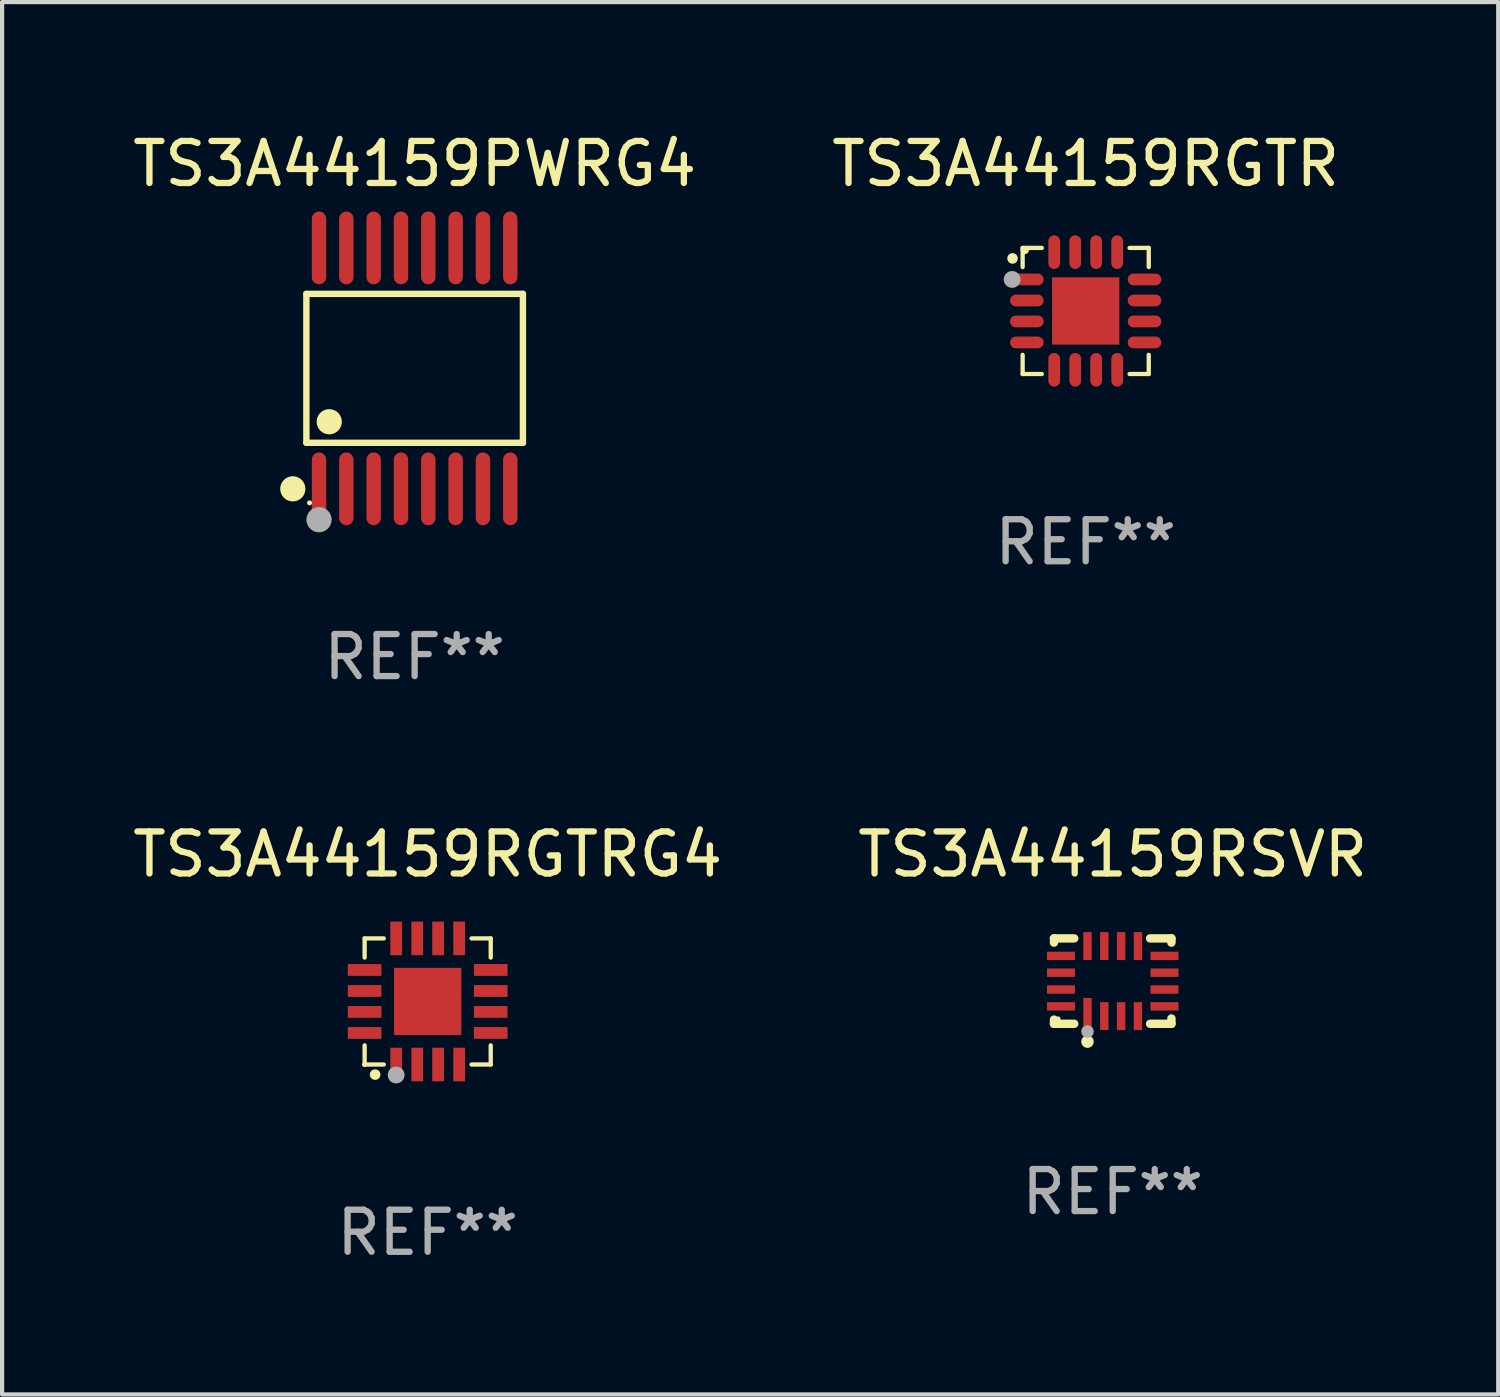
<source format=kicad_pcb>
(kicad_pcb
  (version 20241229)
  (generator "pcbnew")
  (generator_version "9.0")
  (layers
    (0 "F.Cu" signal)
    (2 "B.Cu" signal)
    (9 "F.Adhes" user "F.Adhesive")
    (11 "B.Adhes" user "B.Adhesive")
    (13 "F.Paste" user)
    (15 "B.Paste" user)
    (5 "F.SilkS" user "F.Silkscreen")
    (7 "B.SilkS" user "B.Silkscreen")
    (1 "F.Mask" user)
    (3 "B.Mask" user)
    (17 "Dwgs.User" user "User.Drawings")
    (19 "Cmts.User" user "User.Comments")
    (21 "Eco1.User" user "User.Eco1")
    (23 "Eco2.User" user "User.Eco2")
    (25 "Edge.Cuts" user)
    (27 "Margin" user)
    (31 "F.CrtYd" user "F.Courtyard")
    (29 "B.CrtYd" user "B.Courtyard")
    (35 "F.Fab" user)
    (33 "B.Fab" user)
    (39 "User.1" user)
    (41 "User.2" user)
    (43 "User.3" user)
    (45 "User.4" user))
  (footprint "TS3A44159PWRG4"
    (layer "F.Cu")
    (at 6.815 5.714)
    (property "Reference" "TS3A44159PWRG4" (at 0 -4.866 0) (layer "F.SilkS") (effects (font (size 1 1) (thickness 0.15))))
    (attr through_hole)
    (fp_line (start -2.576 -1.772) (end 2.576 -1.772) (stroke (width 0.152) (type solid)) (layer "F.SilkS"))
    (fp_line (start -2.576 1.771) (end -2.576 -1.772) (stroke (width 0.152) (type solid)) (layer "F.SilkS"))
    (fp_line (start 2.576 -1.772) (end 2.576 1.771) (stroke (width 0.152) (type solid)) (layer "F.SilkS"))
    (fp_line (start 2.576 1.771) (end -2.576 1.771) (stroke (width 0.152) (type solid)) (layer "F.SilkS"))
    (fp_circle (center -2.899 2.866) (end -2.749 2.866) (stroke (width 0.3) (type solid)) (fill no) (layer "F.SilkS"))
    (fp_circle (center -2.5 3.2) (end -2.47 3.2) (stroke (width 0.06) (type solid)) (fill no) (layer "F.SilkS"))
    (fp_circle (center -2.032 1.27) (end -1.882 1.27) (stroke (width 0.3) (type solid)) (fill no) (layer "F.SilkS"))
    (fp_circle (center -2.275 3.6) (end -2.125 3.6) (stroke (width 0.3) (type solid)) (fill no) (layer "F.Fab"))
    (fp_text user "REF**" (at 0 6.866 0) (layer "F.Fab") (effects (font (size 1 1) (thickness 0.15))))
    (pad "1" smd oval (at -2.275 2.866) (size 0.343 1.731) (layers "F.Cu" "F.Mask" "F.Paste"))
    (pad "2" smd oval (at -1.625 2.866) (size 0.343 1.731) (layers "F.Cu" "F.Mask" "F.Paste"))
    (pad "3" smd oval (at -0.975 2.866) (size 0.343 1.731) (layers "F.Cu" "F.Mask" "F.Paste"))
    (pad "4" smd oval (at -0.325 2.866) (size 0.343 1.731) (layers "F.Cu" "F.Mask" "F.Paste"))
    (pad "5" smd oval (at 0.325 2.866) (size 0.343 1.731) (layers "F.Cu" "F.Mask" "F.Paste"))
    (pad "6" smd oval (at 0.975 2.866) (size 0.343 1.731) (layers "F.Cu" "F.Mask" "F.Paste"))
    (pad "7" smd oval (at 1.625 2.866) (size 0.343 1.731) (layers "F.Cu" "F.Mask" "F.Paste"))
    (pad "8" smd oval (at 2.275 2.866) (size 0.343 1.731) (layers "F.Cu" "F.Mask" "F.Paste"))
    (pad "9" smd oval (at 2.275 -2.866) (size 0.343 1.731) (layers "F.Cu" "F.Mask" "F.Paste"))
    (pad "10" smd oval (at 1.625 -2.866) (size 0.343 1.731) (layers "F.Cu" "F.Mask" "F.Paste"))
    (pad "11" smd oval (at 0.975 -2.866) (size 0.343 1.731) (layers "F.Cu" "F.Mask" "F.Paste"))
    (pad "12" smd oval (at 0.325 -2.866) (size 0.343 1.731) (layers "F.Cu" "F.Mask" "F.Paste"))
    (pad "13" smd oval (at -0.325 -2.866) (size 0.343 1.731) (layers "F.Cu" "F.Mask" "F.Paste"))
    (pad "14" smd oval (at -0.975 -2.866) (size 0.343 1.731) (layers "F.Cu" "F.Mask" "F.Paste"))
    (pad "15" smd oval (at -1.625 -2.866) (size 0.343 1.731) (layers "F.Cu" "F.Mask" "F.Paste"))
    (pad "16" smd oval (at -2.275 -2.866) (size 0.343 1.731) (layers "F.Cu" "F.Mask" "F.Paste")))
  (footprint "TS3A44159RSVR"
    (layer "F.Cu")
    (at 23.423 20.292)
    (property "Reference" "TS3A44159RSVR" (at 0 -3.016 0) (layer "F.SilkS") (effects (font (size 1 1) (thickness 0.15))))
    (attr through_hole)
    (fp_line (start -1.397 -1.016) (end -1.397 -0.916) (stroke (width 0.2) (type solid)) (layer "F.SilkS"))
    (fp_line (start -1.397 0.916) (end -1.397 1.016) (stroke (width 0.2) (type solid)) (layer "F.SilkS"))
    (fp_line (start -1.397 1.016) (end -0.916 1.016) (stroke (width 0.2) (type solid)) (layer "F.SilkS"))
    (fp_line (start -0.916 -1.016) (end -1.397 -1.016) (stroke (width 0.2) (type solid)) (layer "F.SilkS"))
    (fp_line (start 0.889 -1.016) (end 1.397 -1.016) (stroke (width 0.2) (type solid)) (layer "F.SilkS"))
    (fp_line (start 1.397 -1.016) (end 1.397 -0.916) (stroke (width 0.2) (type solid)) (layer "F.SilkS"))
    (fp_line (start 1.397 0.889) (end 1.397 1.016) (stroke (width 0.2) (type solid)) (layer "F.SilkS"))
    (fp_line (start 1.397 1.016) (end 0.889 1.016) (stroke (width 0.2) (type solid)) (layer "F.SilkS"))
    (fp_circle (center -1.3 0.9) (end -1.27 0.9) (stroke (width 0.06) (type solid)) (fill no) (layer "F.SilkS"))
    (fp_circle (center -0.6 1.44) (end -0.525 1.44) (stroke (width 0.15) (type solid)) (fill no) (layer "F.SilkS"))
    (fp_circle (center -0.6 1.2) (end -0.525 1.2) (stroke (width 0.15) (type solid)) (fill no) (layer "F.Fab"))
    (fp_text user "REF**" (at 0 5.016 0) (layer "F.Fab") (effects (font (size 1 1) (thickness 0.15))))
    (pad "1" smd rect (at -0.6 0.782) (size 0.2 0.765) (layers "F.Cu" "F.Mask" "F.Paste"))
    (pad "2" smd rect (at -0.2 0.833) (size 0.2 0.665) (layers "F.Cu" "F.Mask" "F.Paste"))
    (pad "3" smd rect (at 0.2 0.833) (size 0.2 0.665) (layers "F.Cu" "F.Mask" "F.Paste"))
    (pad "4" smd rect (at 0.6 0.833) (size 0.2 0.665) (layers "F.Cu" "F.Mask" "F.Paste"))
    (pad "5" smd rect (at 1.232 0.6) (size 0.665 0.2) (layers "F.Cu" "F.Mask" "F.Paste"))
    (pad "6" smd rect (at 1.232 0.2) (size 0.665 0.2) (layers "F.Cu" "F.Mask" "F.Paste"))
    (pad "7" smd rect (at 1.232 -0.2) (size 0.665 0.2) (layers "F.Cu" "F.Mask" "F.Paste"))
    (pad "8" smd rect (at 1.232 -0.6) (size 0.665 0.2) (layers "F.Cu" "F.Mask" "F.Paste"))
    (pad "9" smd rect (at 0.6 -0.833) (size 0.2 0.665) (layers "F.Cu" "F.Mask" "F.Paste"))
    (pad "10" smd rect (at 0.2 -0.833) (size 0.2 0.665) (layers "F.Cu" "F.Mask" "F.Paste"))
    (pad "11" smd rect (at -0.2 -0.833) (size 0.2 0.665) (layers "F.Cu" "F.Mask" "F.Paste"))
    (pad "12" smd rect (at -0.6 -0.833) (size 0.2 0.665) (layers "F.Cu" "F.Mask" "F.Paste"))
    (pad "13" smd rect (at -1.232 -0.6) (size 0.665 0.2) (layers "F.Cu" "F.Mask" "F.Paste"))
    (pad "14" smd rect (at -1.232 -0.2) (size 0.665 0.2) (layers "F.Cu" "F.Mask" "F.Paste"))
    (pad "15" smd rect (at -1.232 0.2) (size 0.665 0.2) (layers "F.Cu" "F.Mask" "F.Paste"))
    (pad "16" smd rect (at -1.232 0.6) (size 0.665 0.2) (layers "F.Cu" "F.Mask" "F.Paste")))
  (footprint "TS3A44159RGTRG4"
    (layer "F.Cu")
    (at 7.125 20.776)
    (property "Reference" "TS3A44159RGTRG4" (at 0 -3.5 0) (layer "F.SilkS") (effects (font (size 1 1) (thickness 0.15))))
    (attr through_hole)
    (fp_line (start -1.5 -1.5) (end -1.5 -1.044) (stroke (width 0.102) (type solid)) (layer "F.SilkS"))
    (fp_line (start -1.5 -1.5) (end -1.044 -1.5) (stroke (width 0.102) (type solid)) (layer "F.SilkS"))
    (fp_line (start -1.5 1.044) (end -1.5 1.5) (stroke (width 0.102) (type solid)) (layer "F.SilkS"))
    (fp_line (start -1.5 1.5) (end -1.044 1.5) (stroke (width 0.102) (type solid)) (layer "F.SilkS"))
    (fp_line (start 1.044 -1.5) (end 1.5 -1.5) (stroke (width 0.102) (type solid)) (layer "F.SilkS"))
    (fp_line (start 1.044 1.5) (end 1.5 1.5) (stroke (width 0.102) (type solid)) (layer "F.SilkS"))
    (fp_line (start 1.5 -1.044) (end 1.5 -1.5) (stroke (width 0.102) (type solid)) (layer "F.SilkS"))
    (fp_line (start 1.5 1.5) (end 1.5 1.044) (stroke (width 0.102) (type solid)) (layer "F.SilkS"))
    (fp_arc (start -1.251384 1.74003) (mid -1.250114 1.739959) (end -1.248844 1.74003) (stroke (width 0.25) (type solid)) (layer "F.SilkS"))
    (fp_circle (center -1.5 1.5) (end -1.47 1.5) (stroke (width 0.06) (type solid)) (fill no) (layer "F.SilkS"))
    (fp_circle (center -0.75 1.75) (end -0.65 1.75) (stroke (width 0.2) (type solid)) (fill no) (layer "F.Fab"))
    (fp_text user "REF**" (at 0 5.5 0) (layer "F.Fab") (effects (font (size 1 1) (thickness 0.15))))
    (pad "1" smd rect (at -0.749 1.5) (size 0.28 0.8) (layers "F.Cu" "F.Mask" "F.Paste"))
    (pad "2" smd rect (at -0.249 1.5) (size 0.28 0.8) (layers "F.Cu" "F.Mask" "F.Paste"))
    (pad "3" smd rect (at 0.249 1.5) (size 0.28 0.8) (layers "F.Cu" "F.Mask" "F.Paste"))
    (pad "4" smd rect (at 0.749 1.5) (size 0.28 0.8) (layers "F.Cu" "F.Mask" "F.Paste"))
    (pad "5" smd rect (at 1.5 0.749) (size 0.8 0.28) (layers "F.Cu" "F.Mask" "F.Paste"))
    (pad "6" smd rect (at 1.5 0.249) (size 0.8 0.28) (layers "F.Cu" "F.Mask" "F.Paste"))
    (pad "7" smd rect (at 1.5 -0.249) (size 0.8 0.28) (layers "F.Cu" "F.Mask" "F.Paste"))
    (pad "8" smd rect (at 1.5 -0.749) (size 0.8 0.28) (layers "F.Cu" "F.Mask" "F.Paste"))
    (pad "9" smd rect (at 0.749 -1.5) (size 0.28 0.8) (layers "F.Cu" "F.Mask" "F.Paste"))
    (pad "10" smd rect (at 0.249 -1.5) (size 0.28 0.8) (layers "F.Cu" "F.Mask" "F.Paste"))
    (pad "11" smd rect (at -0.249 -1.5) (size 0.28 0.8) (layers "F.Cu" "F.Mask" "F.Paste"))
    (pad "12" smd rect (at -0.749 -1.5) (size 0.28 0.8) (layers "F.Cu" "F.Mask" "F.Paste"))
    (pad "13" smd rect (at -1.5 -0.749) (size 0.8 0.28) (layers "F.Cu" "F.Mask" "F.Paste"))
    (pad "14" smd rect (at -1.5 -0.249) (size 0.8 0.28) (layers "F.Cu" "F.Mask" "F.Paste"))
    (pad "15" smd rect (at -1.5 0.249) (size 0.8 0.28) (layers "F.Cu" "F.Mask" "F.Paste"))
    (pad "16" smd rect (at -1.5 0.749) (size 0.8 0.28) (layers "F.Cu" "F.Mask" "F.Paste"))
    (pad "17" smd rect (at 0 0.000152 90) (size 1.6 1.6) (layers "F.Cu" "F.Mask" "F.Paste")))
  (footprint "TS3A44159RGTR"
    (layer "F.Cu")
    (at 22.78 4.348)
    (property "Reference" "TS3A44159RGTR" (at 0 -3.5 0) (layer "F.SilkS") (effects (font (size 1 1) (thickness 0.15))))
    (attr through_hole)
    (fp_line (start -1.5 -1.5) (end -1.5 -1.044) (stroke (width 0.102) (type solid)) (layer "F.SilkS"))
    (fp_line (start -1.5 1.044) (end -1.5 1.5) (stroke (width 0.102) (type solid)) (layer "F.SilkS"))
    (fp_line (start -1.5 1.5) (end -1.044 1.5) (stroke (width 0.102) (type solid)) (layer "F.SilkS"))
    (fp_line (start -1.044 -1.5) (end -1.5 -1.5) (stroke (width 0.102) (type solid)) (layer "F.SilkS"))
    (fp_line (start 1.044 1.5) (end 1.5 1.5) (stroke (width 0.102) (type solid)) (layer "F.SilkS"))
    (fp_line (start 1.5 -1.5) (end 1.044 -1.5) (stroke (width 0.102) (type solid)) (layer "F.SilkS"))
    (fp_line (start 1.5 -1.5) (end 1.5 -1.044) (stroke (width 0.102) (type solid)) (layer "F.SilkS"))
    (fp_line (start 1.5 1.044) (end 1.5 1.5) (stroke (width 0.102) (type solid)) (layer "F.SilkS"))
    (fp_arc (start -1.740056 -1.248717) (mid -1.740127 -1.249987) (end -1.740056 -1.251257) (stroke (width 0.25) (type solid)) (layer "F.SilkS"))
    (fp_circle (center -1.45 -1.45) (end -1.4 -1.45) (stroke (width 0.1) (type solid)) (fill no) (layer "F.SilkS"))
    (fp_circle (center -1.75 -0.75) (end -1.65 -0.75) (stroke (width 0.2) (type solid)) (fill no) (layer "F.Fab"))
    (fp_text user "REF**" (at 0 5.5 0) (layer "F.Fab") (effects (font (size 1 1) (thickness 0.15))))
    (pad "1" smd oval (at -1.4 -0.749 90) (size 0.28 0.8) (layers "F.Cu" "F.Mask" "F.Paste"))
    (pad "2" smd oval (at -1.4 -0.249 90) (size 0.28 0.8) (layers "F.Cu" "F.Mask" "F.Paste"))
    (pad "3" smd oval (at -1.4 0.249 90) (size 0.28 0.8) (layers "F.Cu" "F.Mask" "F.Paste"))
    (pad "4" smd oval (at -1.4 0.749 90) (size 0.28 0.8) (layers "F.Cu" "F.Mask" "F.Paste"))
    (pad "5" smd oval (at -0.749 1.4) (size 0.28 0.8) (layers "F.Cu" "F.Mask" "F.Paste"))
    (pad "6" smd oval (at -0.249 1.4) (size 0.28 0.8) (layers "F.Cu" "F.Mask" "F.Paste"))
    (pad "7" smd oval (at 0.249 1.4) (size 0.28 0.8) (layers "F.Cu" "F.Mask" "F.Paste"))
    (pad "8" smd oval (at 0.749 1.4) (size 0.28 0.8) (layers "F.Cu" "F.Mask" "F.Paste"))
    (pad "9" smd oval (at 1.4 0.749 90) (size 0.28 0.8) (layers "F.Cu" "F.Mask" "F.Paste"))
    (pad "10" smd oval (at 1.4 0.249 90) (size 0.28 0.8) (layers "F.Cu" "F.Mask" "F.Paste"))
    (pad "11" smd oval (at 1.4 -0.249 90) (size 0.28 0.8) (layers "F.Cu" "F.Mask" "F.Paste"))
    (pad "12" smd oval (at 1.4 -0.749 90) (size 0.28 0.8) (layers "F.Cu" "F.Mask" "F.Paste"))
    (pad "13" smd oval (at 0.749 -1.399) (size 0.28 0.8) (layers "F.Cu" "F.Mask" "F.Paste"))
    (pad "14" smd oval (at 0.249 -1.399) (size 0.28 0.8) (layers "F.Cu" "F.Mask" "F.Paste"))
    (pad "15" smd oval (at -0.249 -1.399) (size 0.28 0.8) (layers "F.Cu" "F.Mask" "F.Paste"))
    (pad "16" smd oval (at -0.749 -1.399) (size 0.28 0.8) (layers "F.Cu" "F.Mask" "F.Paste"))
    (pad "17" smd rect (at 0.000025 0.000178) (size 1.6 1.6) (layers "F.Cu" "F.Mask" "F.Paste")))
  (gr_rect
    (start -3 -3)
    (end 32.595 30.125)
    (stroke (width 0.1) (type default))
    (fill no)
    (layer "Edge.Cuts")))
</source>
